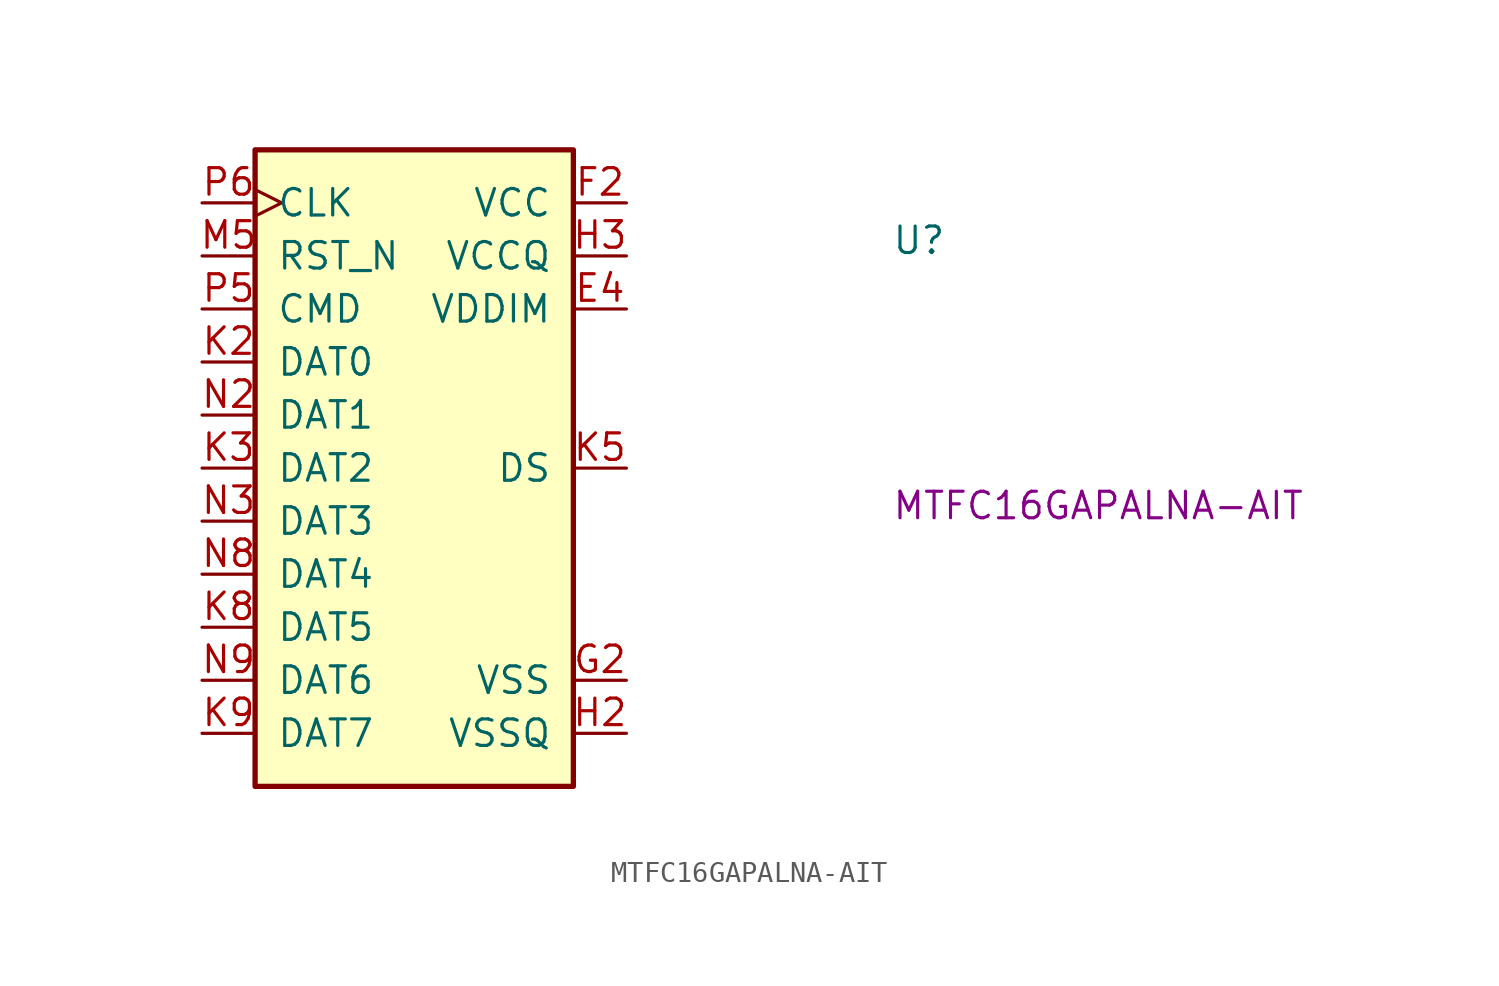
<source format=kicad_sym>
(kicad_symbol_lib
  (version 20220914)
  (generator kicad_symbol_editor)
  (symbol "MTFC16GAPALNA-AIT"
    (pin_names
      (offset 1.016))
    (property "Reference" "U"
      (at 33.02 -2.54 0)
      (effects (font (size 1.27 1.27) (thickness 0.15)) (justify left bottom)))
    (property "MPN" "MTFC16GAPALNA-AIT"
      (at 33.02 -15.24 0)
      (effects (font (size 1.27 1.27) (thickness 0.15)) (justify left bottom)))
    (symbol "MTFC16GAPALNA-AIT_0_0"
      (rectangle (start 2.54 2.54) (end 17.78 -27.94) (stroke (width 0.254) (type default)) (fill (type background)))
      (pin no_connect line (at 7.62 1.27 0) (length 2.54) hide (name "NC" (effects (font (size 1.27 1.27)))) (number "A1" (effects (font (size 1.27 1.27)))))
      (pin no_connect line (at 7.62 -6.35 0) (length 2.54) hide (name "NC" (effects (font (size 1.27 1.27)))) (number "A10" (effects (font (size 1.27 1.27)))))
      (pin no_connect line (at 7.62 -1.27 0) (length 2.54) hide (name "NC" (effects (font (size 1.27 1.27)))) (number "A2" (effects (font (size 1.27 1.27)))))
      (pin no_connect line (at 7.62 -3.81 0) (length 2.54) hide (name "NC" (effects (font (size 1.27 1.27)))) (number "A9" (effects (font (size 1.27 1.27)))))
      (pin no_connect line (at 7.62 -8.89 0) (length 2.54) hide (name "NC" (effects (font (size 1.27 1.27)))) (number "B1" (effects (font (size 1.27 1.27)))))
      (pin no_connect line (at 7.62 -11.43 0) (length 2.54) hide (name "NC" (effects (font (size 1.27 1.27)))) (number "B10" (effects (font (size 1.27 1.27)))))
      (pin no_connect line (at 12.7 -8.89 0) (length 2.54) hide (name "VSF1" (effects (font (size 1.27 1.27)))) (number "D2" (effects (font (size 1.27 1.27)))))
      (pin no_connect line (at 12.7 -11.43 0) (length 2.54) hide (name "VSF2" (effects (font (size 1.27 1.27)))) (number "D3" (effects (font (size 1.27 1.27)))))
      (pin no_connect line (at 12.7 -13.97 0) (length 2.54) hide (name "VSF3" (effects (font (size 1.27 1.27)))) (number "D4" (effects (font (size 1.27 1.27)))))
      (pin no_connect line (at 12.7 -16.51 0) (length 2.54) hide (name "VSF4" (effects (font (size 1.27 1.27)))) (number "D5" (effects (font (size 1.27 1.27)))))
      (pin no_connect line (at 12.7 -19.05 0) (length 2.54) hide (name "VSF5" (effects (font (size 1.27 1.27)))) (number "D6" (effects (font (size 1.27 1.27)))))
      (pin no_connect line (at 12.7 -21.59 0) (length 2.54) hide (name "VSF6" (effects (font (size 1.27 1.27)))) (number "D7" (effects (font (size 1.27 1.27)))))
      (pin no_connect line (at 12.7 -24.13 0) (length 2.54) hide (name "VSF7" (effects (font (size 1.27 1.27)))) (number "D8" (effects (font (size 1.27 1.27)))))
      (pin no_connect line (at 12.7 -26.67 0) (length 2.54) hide (name "VSF8" (effects (font (size 1.27 1.27)))) (number "D9" (effects (font (size 1.27 1.27)))))
      (pin no_connect line (at 8.89 1.27 0) (length 2.54) hide (name "RFU" (effects (font (size 1.27 1.27)))) (number "E2" (effects (font (size 1.27 1.27)))))
      (pin no_connect line (at 8.89 -1.27 0) (length 2.54) hide (name "RFU" (effects (font (size 1.27 1.27)))) (number "E3" (effects (font (size 1.27 1.27)))))
      (pin power_in line (at 20.32 -5.08 180) (length 2.54) (name "VDDIM" (effects (font (size 1.27 1.27)))) (number "E4" (effects (font (size 1.27 1.27)))))
      (pin no_connect line (at 8.89 -3.81 0) (length 2.54) hide (name "RFU" (effects (font (size 1.27 1.27)))) (number "E5" (effects (font (size 1.27 1.27)))))
      (pin no_connect line (at 8.89 -6.35 0) (length 2.54) hide (name "RFU" (effects (font (size 1.27 1.27)))) (number "E6" (effects (font (size 1.27 1.27)))))
      (pin no_connect line (at 8.89 -8.89 0) (length 2.54) hide (name "RFU" (effects (font (size 1.27 1.27)))) (number "E7" (effects (font (size 1.27 1.27)))))
      (pin no_connect line (at 8.89 -11.43 0) (length 2.54) hide (name "RFU" (effects (font (size 1.27 1.27)))) (number "E8" (effects (font (size 1.27 1.27)))))
      (pin no_connect line (at 8.89 -13.97 0) (length 2.54) hide (name "RFU" (effects (font (size 1.27 1.27)))) (number "E9" (effects (font (size 1.27 1.27)))))
      (pin power_in line (at 20.32 0 180) (length 2.54) (name "VCC" (effects (font (size 1.27 1.27)))) (number "F2" (effects (font (size 1.27 1.27)))))
      (pin power_in line (at 20.32 -25.4 180) (length 2.54) (name "VSSQ" (effects (font (size 1.27 1.27)))) (number "H2" (effects (font (size 1.27 1.27)))))
      (pin power_in line (at 20.32 -2.54 180) (length 2.54) (name "VCCQ" (effects (font (size 1.27 1.27)))) (number "H3" (effects (font (size 1.27 1.27)))))
      (pin no_connect line (at 8.89 -16.51 0) (length 2.54) hide (name "RFU" (effects (font (size 1.27 1.27)))) (number "H4" (effects (font (size 1.27 1.27)))))
      (pin no_connect line (at 8.89 -19.05 0) (length 2.54) hide (name "RFU" (effects (font (size 1.27 1.27)))) (number "H5" (effects (font (size 1.27 1.27)))))
      (pin no_connect line (at 8.89 -21.59 0) (length 2.54) hide (name "RFU" (effects (font (size 1.27 1.27)))) (number "H6" (effects (font (size 1.27 1.27)))))
      (pin no_connect line (at 8.89 -24.13 0) (length 2.54) hide (name "RFU" (effects (font (size 1.27 1.27)))) (number "H7" (effects (font (size 1.27 1.27)))))
      (pin passive line (at 20.32 -2.54 180) (length 2.54) hide (name "VCCQ" (effects (font (size 1.27 1.27)))) (number "H8" (effects (font (size 1.27 1.27)))))
      (pin passive line (at 20.32 -25.4 180) (length 2.54) hide (name "VSSQ" (effects (font (size 1.27 1.27)))) (number "H9" (effects (font (size 1.27 1.27)))))
      (pin no_connect line (at 8.89 -26.67 0) (length 2.54) hide (name "RFU" (effects (font (size 1.27 1.27)))) (number "J2" (effects (font (size 1.27 1.27)))))
      (pin no_connect line (at 10.16 1.27 0) (length 2.54) hide (name "RFU" (effects (font (size 1.27 1.27)))) (number "J3" (effects (font (size 1.27 1.27)))))
      (pin no_connect line (at 10.16 -1.27 0) (length 2.54) hide (name "RFU" (effects (font (size 1.27 1.27)))) (number "J4" (effects (font (size 1.27 1.27)))))
      (pin no_connect line (at 10.16 -3.81 0) (length 2.54) hide (name "RFU" (effects (font (size 1.27 1.27)))) (number "J6" (effects (font (size 1.27 1.27)))))
      (pin no_connect line (at 10.16 -6.35 0) (length 2.54) hide (name "RFU" (effects (font (size 1.27 1.27)))) (number "J7" (effects (font (size 1.27 1.27)))))
      (pin no_connect line (at 10.16 -8.89 0) (length 2.54) hide (name "RFU" (effects (font (size 1.27 1.27)))) (number "J8" (effects (font (size 1.27 1.27)))))
      (pin no_connect line (at 10.16 -11.43 0) (length 2.54) hide (name "RFU" (effects (font (size 1.27 1.27)))) (number "J9" (effects (font (size 1.27 1.27)))))
      (pin bidirectional line (at 0 -7.62 0) (length 2.54) (name "DAT0" (effects (font (size 1.27 1.27)))) (number "K2" (effects (font (size 1.27 1.27)))))
      (pin bidirectional line (at 0 -12.7 0) (length 2.54) (name "DAT2" (effects (font (size 1.27 1.27)))) (number "K3" (effects (font (size 1.27 1.27)))))
      (pin no_connect line (at 10.16 -13.97 0) (length 2.54) hide (name "RFU" (effects (font (size 1.27 1.27)))) (number "K4" (effects (font (size 1.27 1.27)))))
      (pin output line (at 20.32 -12.7 180) (length 2.54) (name "DS" (effects (font (size 1.27 1.27)))) (number "K5" (effects (font (size 1.27 1.27)))))
      (pin no_connect line (at 10.16 -16.51 0) (length 2.54) hide (name "RFU" (effects (font (size 1.27 1.27)))) (number "K6" (effects (font (size 1.27 1.27)))))
      (pin no_connect line (at 10.16 -19.05 0) (length 2.54) hide (name "RFU" (effects (font (size 1.27 1.27)))) (number "K7" (effects (font (size 1.27 1.27)))))
      (pin bidirectional line (at 0 -20.32 0) (length 2.54) (name "DAT5" (effects (font (size 1.27 1.27)))) (number "K8" (effects (font (size 1.27 1.27)))))
      (pin bidirectional line (at 0 -25.4 0) (length 2.54) (name "DAT7" (effects (font (size 1.27 1.27)))) (number "K9" (effects (font (size 1.27 1.27)))))
      (pin passive line (at 20.32 -2.54 180) (length 2.54) hide (name "VCCQ" (effects (font (size 1.27 1.27)))) (number "L2" (effects (font (size 1.27 1.27)))))
      (pin passive line (at 20.32 -25.4 180) (length 2.54) hide (name "VSSQ" (effects (font (size 1.27 1.27)))) (number "L3" (effects (font (size 1.27 1.27)))))
      (pin passive line (at 20.32 -2.54 180) (length 2.54) hide (name "VCCQ" (effects (font (size 1.27 1.27)))) (number "L4" (effects (font (size 1.27 1.27)))))
      (pin no_connect line (at 10.16 -21.59 0) (length 2.54) hide (name "RFU" (effects (font (size 1.27 1.27)))) (number "L5" (effects (font (size 1.27 1.27)))))
      (pin no_connect line (at 10.16 -24.13 0) (length 2.54) hide (name "RFU" (effects (font (size 1.27 1.27)))) (number "L6" (effects (font (size 1.27 1.27)))))
      (pin passive line (at 20.32 -2.54 180) (length 2.54) hide (name "VCCQ" (effects (font (size 1.27 1.27)))) (number "L7" (effects (font (size 1.27 1.27)))))
      (pin passive line (at 20.32 -25.4 180) (length 2.54) hide (name "VSSQ" (effects (font (size 1.27 1.27)))) (number "L8" (effects (font (size 1.27 1.27)))))
      (pin passive line (at 20.32 -2.54 180) (length 2.54) hide (name "VCCQ" (effects (font (size 1.27 1.27)))) (number "L9" (effects (font (size 1.27 1.27)))))
      (pin no_connect line (at 10.16 -26.67 0) (length 2.54) hide (name "RFU" (effects (font (size 1.27 1.27)))) (number "M2" (effects (font (size 1.27 1.27)))))
      (pin no_connect line (at 11.43 1.27 0) (length 2.54) hide (name "RFU" (effects (font (size 1.27 1.27)))) (number "M3" (effects (font (size 1.27 1.27)))))
      (pin passive line (at 20.32 -25.4 180) (length 2.54) hide (name "VSSQ" (effects (font (size 1.27 1.27)))) (number "M4" (effects (font (size 1.27 1.27)))))
      (pin input line (at 0 -2.54 0) (length 2.54) (name "RST_N" (effects (font (size 1.27 1.27)))) (number "M5" (effects (font (size 1.27 1.27)))))
      (pin no_connect line (at 11.43 -1.27 0) (length 2.54) hide (name "RFU" (effects (font (size 1.27 1.27)))) (number "M6" (effects (font (size 1.27 1.27)))))
      (pin passive line (at 20.32 -25.4 180) (length 2.54) hide (name "VSSQ" (effects (font (size 1.27 1.27)))) (number "M7" (effects (font (size 1.27 1.27)))))
      (pin no_connect line (at 11.43 -3.81 0) (length 2.54) hide (name "RFU" (effects (font (size 1.27 1.27)))) (number "M8" (effects (font (size 1.27 1.27)))))
      (pin no_connect line (at 11.43 -6.35 0) (length 2.54) hide (name "RFU" (effects (font (size 1.27 1.27)))) (number "M9" (effects (font (size 1.27 1.27)))))
      (pin bidirectional line (at 0 -10.16 0) (length 2.54) (name "DAT1" (effects (font (size 1.27 1.27)))) (number "N2" (effects (font (size 1.27 1.27)))))
      (pin bidirectional line (at 0 -15.24 0) (length 2.54) (name "DAT3" (effects (font (size 1.27 1.27)))) (number "N3" (effects (font (size 1.27 1.27)))))
      (pin no_connect line (at 11.43 -8.89 0) (length 2.54) hide (name "RFU" (effects (font (size 1.27 1.27)))) (number "N4" (effects (font (size 1.27 1.27)))))
      (pin no_connect line (at 11.43 -11.43 0) (length 2.54) hide (name "RFU" (effects (font (size 1.27 1.27)))) (number "N5" (effects (font (size 1.27 1.27)))))
      (pin no_connect line (at 11.43 -13.97 0) (length 2.54) hide (name "RFU" (effects (font (size 1.27 1.27)))) (number "N6" (effects (font (size 1.27 1.27)))))
      (pin no_connect line (at 11.43 -16.51 0) (length 2.54) hide (name "RFU" (effects (font (size 1.27 1.27)))) (number "N7" (effects (font (size 1.27 1.27)))))
      (pin bidirectional line (at 0 -17.78 0) (length 2.54) (name "DAT4" (effects (font (size 1.27 1.27)))) (number "N8" (effects (font (size 1.27 1.27)))))
      (pin bidirectional line (at 0 -22.86 0) (length 2.54) (name "DAT6" (effects (font (size 1.27 1.27)))) (number "N9" (effects (font (size 1.27 1.27)))))
      (pin passive line (at 20.32 -25.4 180) (length 2.54) hide (name "VSSQ" (effects (font (size 1.27 1.27)))) (number "P2" (effects (font (size 1.27 1.27)))))
      (pin passive line (at 20.32 -2.54 180) (length 2.54) hide (name "VCCQ" (effects (font (size 1.27 1.27)))) (number "P3" (effects (font (size 1.27 1.27)))))
      (pin no_connect line (at 11.43 -19.05 0) (length 2.54) hide (name "RFU" (effects (font (size 1.27 1.27)))) (number "P4" (effects (font (size 1.27 1.27)))))
      (pin bidirectional line (at 0 -5.08 0) (length 2.54) (name "CMD" (effects (font (size 1.27 1.27)))) (number "P5" (effects (font (size 1.27 1.27)))))
      (pin input clock (at 0 0 0) (length 2.54) (name "CLK" (effects (font (size 1.27 1.27)))) (number "P6" (effects (font (size 1.27 1.27)))))
      (pin no_connect line (at 11.43 -21.59 0) (length 2.54) hide (name "RFU" (effects (font (size 1.27 1.27)))) (number "P7" (effects (font (size 1.27 1.27)))))
      (pin passive line (at 20.32 -2.54 180) (length 2.54) hide (name "VCCQ" (effects (font (size 1.27 1.27)))) (number "P8" (effects (font (size 1.27 1.27)))))
      (pin passive line (at 20.32 -25.4 180) (length 2.54) hide (name "VSSQ" (effects (font (size 1.27 1.27)))) (number "P9" (effects (font (size 1.27 1.27)))))
      (pin no_connect line (at 7.62 -13.97 0) (length 2.54) hide (name "NC" (effects (font (size 1.27 1.27)))) (number "T1" (effects (font (size 1.27 1.27)))))
      (pin no_connect line (at 7.62 -16.51 0) (length 2.54) hide (name "NC" (effects (font (size 1.27 1.27)))) (number "T10" (effects (font (size 1.27 1.27)))))
      (pin no_connect line (at 7.62 -19.05 0) (length 2.54) hide (name "NC" (effects (font (size 1.27 1.27)))) (number "U1" (effects (font (size 1.27 1.27)))))
      (pin no_connect line (at 7.62 -26.67 0) (length 2.54) hide (name "NC" (effects (font (size 1.27 1.27)))) (number "U10" (effects (font (size 1.27 1.27)))))
      (pin no_connect line (at 7.62 -21.59 0) (length 2.54) hide (name "NC" (effects (font (size 1.27 1.27)))) (number "U2" (effects (font (size 1.27 1.27)))))
      (pin no_connect line (at 7.62 -24.13 0) (length 2.54) hide (name "NC" (effects (font (size 1.27 1.27)))) (number "U9" (effects (font (size 1.27 1.27))))))
    (symbol "MTFC16GAPALNA-AIT_1_1"
      (pin passive line (at 20.32 0 180) (length 2.54) hide (name "VCC" (effects (font (size 1.27 1.27)))) (number "F3" (effects (font (size 1.27 1.27)))))
      (pin passive line (at 20.32 0 180) (length 2.54) hide (name "VCC" (effects (font (size 1.27 1.27)))) (number "F4" (effects (font (size 1.27 1.27)))))
      (pin passive line (at 20.32 0 180) (length 2.54) hide (name "VCC" (effects (font (size 1.27 1.27)))) (number "F5" (effects (font (size 1.27 1.27)))))
      (pin passive line (at 20.32 0 180) (length 2.54) hide (name "VCC" (effects (font (size 1.27 1.27)))) (number "F6" (effects (font (size 1.27 1.27)))))
      (pin passive line (at 20.32 0 180) (length 2.54) hide (name "VCC" (effects (font (size 1.27 1.27)))) (number "F7" (effects (font (size 1.27 1.27)))))
      (pin passive line (at 20.32 0 180) (length 2.54) hide (name "VCC" (effects (font (size 1.27 1.27)))) (number "F8" (effects (font (size 1.27 1.27)))))
      (pin passive line (at 20.32 0 180) (length 2.54) hide (name "VCC" (effects (font (size 1.27 1.27)))) (number "F9" (effects (font (size 1.27 1.27)))))
      (pin power_in line (at 20.32 -22.86 180) (length 2.54) (name "VSS" (effects (font (size 1.27 1.27)))) (number "G2" (effects (font (size 1.27 1.27)))))
      (pin passive line (at 20.32 -22.86 180) (length 2.54) hide (name "VSS" (effects (font (size 1.27 1.27)))) (number "G3" (effects (font (size 1.27 1.27)))))
      (pin passive line (at 20.32 -22.86 180) (length 2.54) hide (name "VSS" (effects (font (size 1.27 1.27)))) (number "G4" (effects (font (size 1.27 1.27)))))
      (pin passive line (at 20.32 -22.86 180) (length 2.54) hide (name "VSS" (effects (font (size 1.27 1.27)))) (number "G5" (effects (font (size 1.27 1.27)))))
      (pin passive line (at 20.32 -22.86 180) (length 2.54) hide (name "VSS" (effects (font (size 1.27 1.27)))) (number "G6" (effects (font (size 1.27 1.27)))))
      (pin passive line (at 20.32 -22.86 180) (length 2.54) hide (name "VSS" (effects (font (size 1.27 1.27)))) (number "G7" (effects (font (size 1.27 1.27)))))
      (pin passive line (at 20.32 -22.86 180) (length 2.54) hide (name "VSS" (effects (font (size 1.27 1.27)))) (number "G8" (effects (font (size 1.27 1.27)))))
      (pin passive line (at 20.32 -22.86 180) (length 2.54) hide (name "VSS" (effects (font (size 1.27 1.27)))) (number "G9" (effects (font (size 1.27 1.27)))))
      (pin passive line (at 20.32 -22.86 180) (length 2.54) hide (name "VSS" (effects (font (size 1.27 1.27)))) (number "J5" (effects (font (size 1.27 1.27))))))))
</source>
